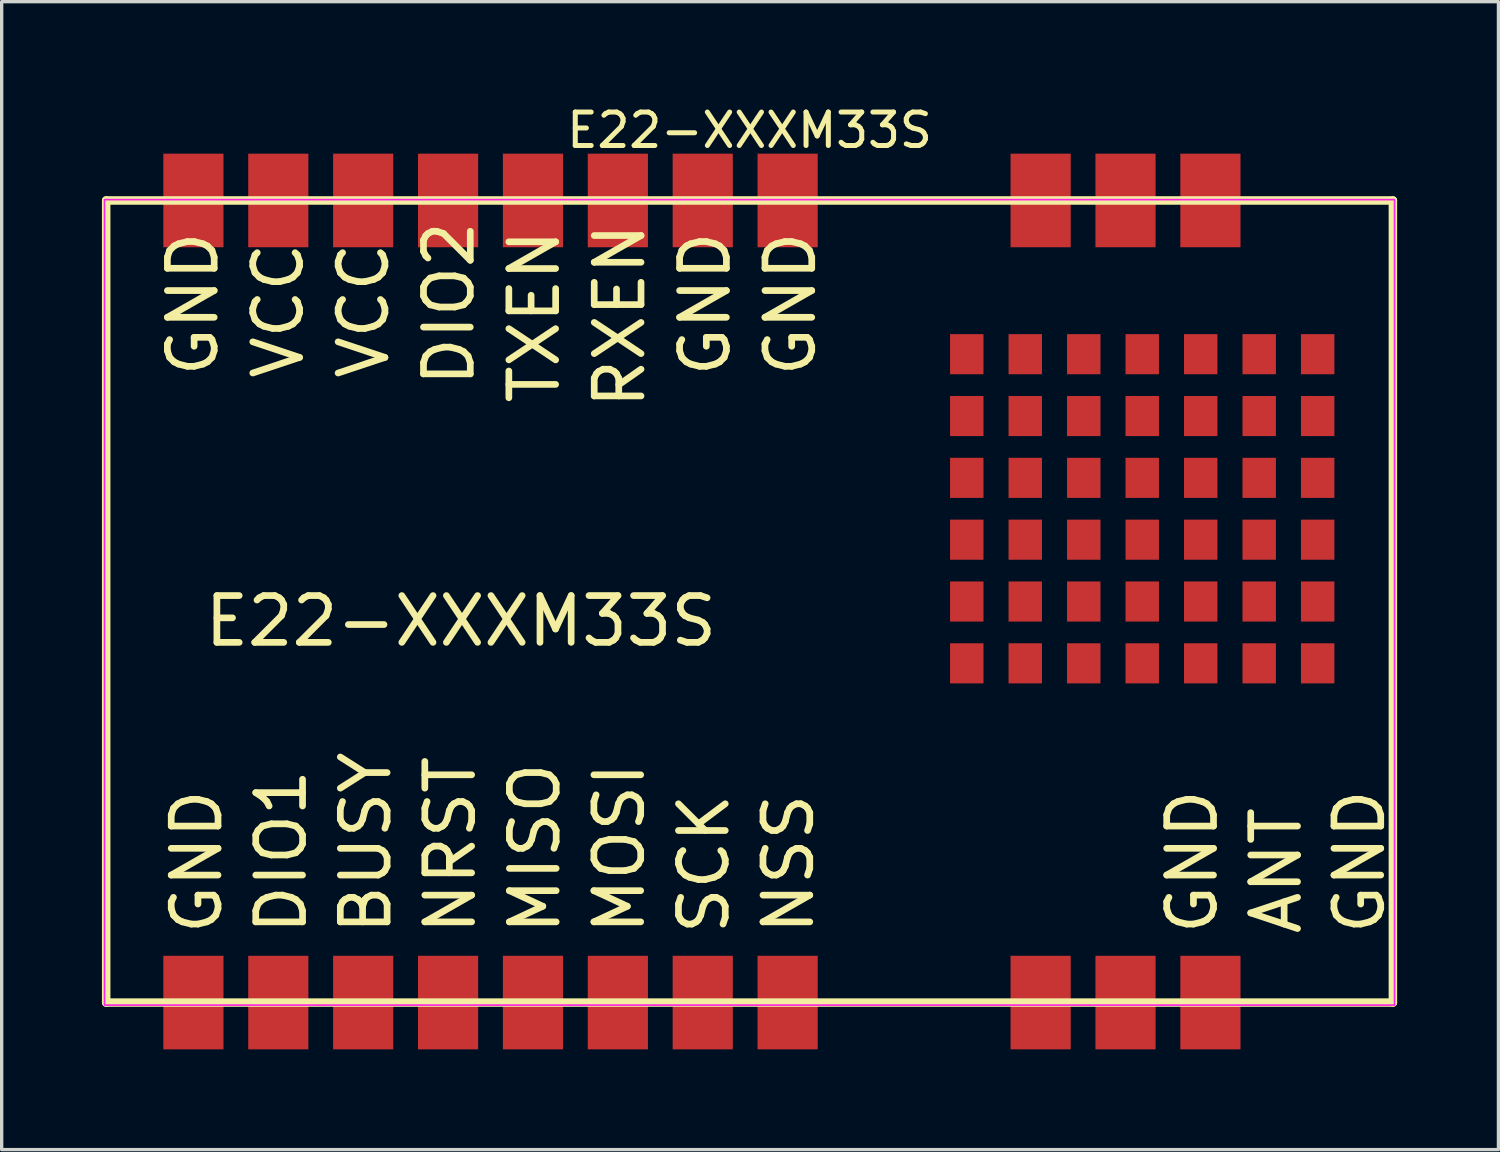
<source format=kicad_pcb>
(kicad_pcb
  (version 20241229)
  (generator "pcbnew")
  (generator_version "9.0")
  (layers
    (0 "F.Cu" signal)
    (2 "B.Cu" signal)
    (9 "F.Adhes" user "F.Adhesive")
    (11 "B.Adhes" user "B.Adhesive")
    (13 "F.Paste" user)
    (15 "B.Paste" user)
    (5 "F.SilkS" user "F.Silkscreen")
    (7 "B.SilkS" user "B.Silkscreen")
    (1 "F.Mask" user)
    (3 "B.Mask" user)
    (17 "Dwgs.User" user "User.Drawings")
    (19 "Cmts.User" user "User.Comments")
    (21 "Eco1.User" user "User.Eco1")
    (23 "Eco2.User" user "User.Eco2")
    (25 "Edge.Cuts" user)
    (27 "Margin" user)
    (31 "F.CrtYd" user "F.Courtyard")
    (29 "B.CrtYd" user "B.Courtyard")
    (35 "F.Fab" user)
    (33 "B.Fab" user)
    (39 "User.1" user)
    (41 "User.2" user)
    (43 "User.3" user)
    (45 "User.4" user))
  (footprint "E22-XXXM33S"
    (layer "F.Cu")
    (at 18.977 15.673)
    (property "Reference" "E22-XXXM33S" (at 0.4 -14.825 180) (layer "F.SilkS") (effects (font (size 1 1) (thickness 0.15))))
    (fp_poly (pts (xy 7.4 -7.525) (xy 6.4 -7.525) (xy 6.4 -8.725) (xy 7.4 -8.725)) (stroke (width 0) (type default)) (fill yes) (layer "F.Mask"))
    (fp_line (start -18.85 -12.725) (end 19.65 -12.725) (stroke (width 0.254) (type solid)) (layer "F.SilkS"))
    (fp_line (start -18.85 11.275) (end -18.85 -12.725) (stroke (width 0.254) (type solid)) (layer "F.SilkS"))
    (fp_line (start -18.85 11.275) (end 19.65 11.275) (stroke (width 0.254) (type solid)) (layer "F.SilkS"))
    (fp_line (start 19.65 11.275) (end 19.65 -12.725) (stroke (width 0.254) (type solid)) (layer "F.SilkS"))
    (fp_rect (start -18.9 -12.75) (end 19.7 11.35) (stroke (width 0.05) (type default)) (fill no) (layer "F.CrtYd"))
    (fp_text user "SCK" (at -0.145 9.325 90) (unlocked yes) (layer "F.SilkS") (effects (font (size 1.4 1.4) (thickness 0.2)) (justify left bottom)))
    (fp_text user "GND" (at 14.464 9.325 90) (unlocked yes) (layer "F.SilkS") (effects (font (size 1.4 1.4) (thickness 0.2)) (justify left bottom)))
    (fp_text user "TXEN" (at -5.22 -6.557 90) (unlocked yes) (layer "F.SilkS") (effects (font (size 1.4 1.4) (thickness 0.2)) (justify left bottom)))
    (fp_text user "GND" (at -0.111 -7.364 90) (unlocked yes) (layer "F.SilkS") (effects (font (size 1.4 1.4) (thickness 0.2)) (justify left bottom)))
    (fp_text user "MISO" (at -5.204 9.325 90) (unlocked yes) (layer "F.SilkS") (effects (font (size 1.4 1.4) (thickness 0.2)) (justify left bottom)))
    (fp_text user "GND" (at 2.443 -7.364 90) (unlocked yes) (layer "F.SilkS") (effects (font (size 1.4 1.4) (thickness 0.2)) (justify left bottom)))
    (fp_text user "BUSY" (at -10.263 9.325 90) (unlocked yes) (layer "F.SilkS") (effects (font (size 1.4 1.4) (thickness 0.2)) (justify left bottom)))
    (fp_text user "VCC" (at -12.882 -7.297 90) (unlocked yes) (layer "F.SilkS") (effects (font (size 1.4 1.4) (thickness 0.2)) (justify left bottom)))
    (fp_text user "GND" (at 19.468 9.325 90) (unlocked yes) (layer "F.SilkS") (effects (font (size 1.4 1.4) (thickness 0.2)) (justify left bottom)))
    (fp_text user "GND" (at -15.437 -7.364 90) (unlocked yes) (layer "F.SilkS") (effects (font (size 1.4 1.4) (thickness 0.2)) (justify left bottom)))
    (fp_text user "VCC" (at -10.328 -7.297 90) (unlocked yes) (layer "F.SilkS") (effects (font (size 1.4 1.4) (thickness 0.2)) (justify left bottom)))
    (fp_text user "NRST" (at -7.734 9.325 90) (unlocked yes) (layer "F.SilkS") (effects (font (size 1.4 1.4) (thickness 0.2)) (justify left bottom)))
    (fp_text user "ANT" (at 16.978 9.325 90) (unlocked yes) (layer "F.SilkS") (effects (font (size 1.4 1.4) (thickness 0.2)) (justify left bottom)))
    (fp_text user "E22-XXXM33S" (at -16.002 0.679 0) (unlocked yes) (layer "F.SilkS") (effects (font (size 1.4 1.4) (thickness 0.2)) (justify left bottom)))
    (fp_text user "DIO2" (at -7.774 -7.071 90) (unlocked yes) (layer "F.SilkS") (effects (font (size 1.4 1.4) (thickness 0.2)) (justify left bottom)))
    (fp_text user "DIO1" (at -12.793 9.325 90) (unlocked yes) (layer "F.SilkS") (effects (font (size 1.4 1.4) (thickness 0.2)) (justify left bottom)))
    (fp_text user "GND" (at -15.322 9.325 90) (unlocked yes) (layer "F.SilkS") (effects (font (size 1.4 1.4) (thickness 0.2)) (justify left bottom)))
    (fp_text user "RXEN" (at -2.665 -6.411 90) (unlocked yes) (layer "F.SilkS") (effects (font (size 1.4 1.4) (thickness 0.2)) (justify left bottom)))
    (fp_text user "MOSI" (at -2.675 9.325 90) (unlocked yes) (layer "F.SilkS") (effects (font (size 1.4 1.4) (thickness 0.2)) (justify left bottom)))
    (fp_text user "NSS" (at 2.384 9.325 90) (unlocked yes) (layer "F.SilkS") (effects (font (size 1.4 1.4) (thickness 0.2)) (justify left bottom)))
    (pad "1" smd rect (at 14.19 -12.725 270) (size 2.8 1.8) (layers "F.Cu" "F.Mask" "F.Paste"))
    (pad "2" smd rect (at 11.65 -12.725 270) (size 2.8 1.8) (layers "F.Cu" "F.Mask" "F.Paste"))
    (pad "3" smd rect (at 9.11 -12.725 270) (size 2.8 1.8) (layers "F.Cu" "F.Mask" "F.Paste"))
    (pad "4" smd rect (at 1.54 -12.725 270) (size 2.8 1.8) (layers "F.Cu" "F.Mask" "F.Paste"))
    (pad "5" smd rect (at -1 -12.725 270) (size 2.8 1.8) (layers "F.Cu" "F.Mask" "F.Paste"))
    (pad "6" smd rect (at -3.54 -12.725 270) (size 2.8 1.8) (layers "F.Cu" "F.Mask" "F.Paste"))
    (pad "7" smd rect (at -6.08 -12.725 270) (size 2.8 1.8) (layers "F.Cu" "F.Mask" "F.Paste"))
    (pad "8" smd rect (at -8.62 -12.725 270) (size 2.8 1.8) (layers "F.Cu" "F.Mask" "F.Paste"))
    (pad "9" smd rect (at -11.16 -12.725 270) (size 2.8 1.8) (layers "F.Cu" "F.Mask" "F.Paste"))
    (pad "10" smd rect (at -13.7 -12.725 270) (size 2.8 1.8) (layers "F.Cu" "F.Mask" "F.Paste"))
    (pad "11" smd rect (at -16.24 -12.725 270) (size 2.8 1.8) (layers "F.Cu" "F.Mask" "F.Paste"))
    (pad "12" smd rect (at -16.24 11.275 270) (size 2.8 1.8) (layers "F.Cu" "F.Mask" "F.Paste"))
    (pad "13" smd rect (at -13.7 11.275 270) (size 2.8 1.8) (layers "F.Cu" "F.Mask" "F.Paste"))
    (pad "14" smd rect (at -11.16 11.275 270) (size 2.8 1.8) (layers "F.Cu" "F.Mask" "F.Paste"))
    (pad "15" smd rect (at -8.62 11.275 270) (size 2.8 1.8) (layers "F.Cu" "F.Mask" "F.Paste"))
    (pad "16" smd rect (at -6.08 11.275 270) (size 2.8 1.8) (layers "F.Cu" "F.Mask" "F.Paste"))
    (pad "17" smd rect (at -3.54 11.275 270) (size 2.8 1.8) (layers "F.Cu" "F.Mask" "F.Paste"))
    (pad "18" smd rect (at -1 11.275 270) (size 2.8 1.8) (layers "F.Cu" "F.Mask" "F.Paste"))
    (pad "19" smd rect (at 1.54 11.275 270) (size 2.8 1.8) (layers "F.Cu" "F.Mask" "F.Paste"))
    (pad "20" smd rect (at 9.11 11.275 270) (size 2.8 1.8) (layers "F.Cu" "F.Mask" "F.Paste"))
    (pad "21" smd rect (at 11.65 11.275 270) (size 2.8 1.8) (layers "F.Cu" "F.Mask" "F.Paste"))
    (pad "22" smd circle (at 6.9 -8.125) (size 0.025 0.025) (layers "F.Cu" "F.Mask" "F.Paste"))
    (pad "22" smd circle (at 6.9 -6.275) (size 0.025 0.025) (layers "F.Cu" "F.Mask" "F.Paste"))
    (pad "22" smd circle (at 6.9 -4.425) (size 0.025 0.025) (layers "F.Cu" "F.Mask" "F.Paste"))
    (pad "22" smd circle (at 6.9 -2.575) (size 0.025 0.025) (layers "F.Cu" "F.Mask" "F.Paste"))
    (pad "22" smd circle (at 6.9 -0.725) (size 0.025 0.025) (layers "F.Cu" "F.Mask" "F.Paste"))
    (pad "22" smd circle (at 6.9 1.125) (size 0.025 0.025) (layers "F.Cu" "F.Mask" "F.Paste"))
    (pad "22" smd custom (at 7.4 -7.525) (size 0.000001 0.000001) (layers "F.Cu" "F.Mask" "F.Paste") (options (anchor circle)) (primitives (gr_poly (pts (xy 0 0) (xy -1 0) (xy -1 -1.2) (xy 0 -1.2)) (width 0) (fill yes))))
    (pad "22" smd custom (at 7.4 -5.675) (size 0.000001 0.000001) (layers "F.Cu" "F.Mask" "F.Paste") (options (anchor circle)) (primitives (gr_poly (pts (xy 0 0) (xy -1 0) (xy -1 -1.2) (xy 0 -1.2)) (width 0) (fill yes))))
    (pad "22" smd custom (at 7.4 -3.825) (size 0.000001 0.000001) (layers "F.Cu" "F.Mask" "F.Paste") (options (anchor circle)) (primitives (gr_poly (pts (xy 0 0) (xy -1 0) (xy -1 -1.2) (xy 0 -1.2)) (width 0) (fill yes))))
    (pad "22" smd custom (at 7.4 -1.975) (size 0.000001 0.000001) (layers "F.Cu" "F.Mask" "F.Paste") (options (anchor circle)) (primitives (gr_poly (pts (xy 0 0) (xy -1 0) (xy -1 -1.2) (xy 0 -1.2)) (width 0) (fill yes))))
    (pad "22" smd custom (at 7.4 -0.125) (size 0.000001 0.000001) (layers "F.Cu" "F.Mask" "F.Paste") (options (anchor circle)) (primitives (gr_poly (pts (xy 0 0) (xy -1 0) (xy -1 -1.2) (xy 0 -1.2)) (width 0) (fill yes))))
    (pad "22" smd custom (at 7.4 1.725) (size 0.000001 0.000001) (layers "F.Cu" "F.Mask" "F.Paste") (options (anchor circle)) (primitives (gr_poly (pts (xy 0 0) (xy -1 0) (xy -1 -1.2) (xy 0 -1.2)) (width 0) (fill yes))))
    (pad "22" smd circle (at 8.65 -8.125) (size 0.025 0.025) (layers "F.Cu" "F.Mask" "F.Paste"))
    (pad "22" smd circle (at 8.65 -6.275) (size 0.025 0.025) (layers "F.Cu" "F.Mask" "F.Paste"))
    (pad "22" smd circle (at 8.65 -4.425) (size 0.025 0.025) (layers "F.Cu" "F.Mask" "F.Paste"))
    (pad "22" smd circle (at 8.65 -2.575) (size 0.025 0.025) (layers "F.Cu" "F.Mask" "F.Paste"))
    (pad "22" smd circle (at 8.65 -0.725) (size 0.025 0.025) (layers "F.Cu" "F.Mask" "F.Paste"))
    (pad "22" smd circle (at 8.65 1.125) (size 0.025 0.025) (layers "F.Cu" "F.Mask" "F.Paste"))
    (pad "22" smd custom (at 9.15 -7.525) (size 0.000001 0.000001) (layers "F.Cu" "F.Mask" "F.Paste") (options (anchor circle)) (primitives (gr_poly (pts (xy 0 0) (xy -1 0) (xy -1 -1.2) (xy 0 -1.2)) (width 0) (fill yes))))
    (pad "22" smd custom (at 9.15 -5.675) (size 0.000001 0.000001) (layers "F.Cu" "F.Mask" "F.Paste") (options (anchor circle)) (primitives (gr_poly (pts (xy 0 0) (xy -1 0) (xy -1 -1.2) (xy 0 -1.2)) (width 0) (fill yes))))
    (pad "22" smd custom (at 9.15 -3.825) (size 0.000001 0.000001) (layers "F.Cu" "F.Mask" "F.Paste") (options (anchor circle)) (primitives (gr_poly (pts (xy 0 0) (xy -1 0) (xy -1 -1.2) (xy 0 -1.2)) (width 0) (fill yes))))
    (pad "22" smd custom (at 9.15 -1.975) (size 0.000001 0.000001) (layers "F.Cu" "F.Mask" "F.Paste") (options (anchor circle)) (primitives (gr_poly (pts (xy 0 0) (xy -1 0) (xy -1 -1.2) (xy 0 -1.2)) (width 0) (fill yes))))
    (pad "22" smd custom (at 9.15 -0.125) (size 0.000001 0.000001) (layers "F.Cu" "F.Mask" "F.Paste") (options (anchor circle)) (primitives (gr_poly (pts (xy 0 0) (xy -1 0) (xy -1 -1.2) (xy 0 -1.2)) (width 0) (fill yes))))
    (pad "22" smd custom (at 9.15 1.725) (size 0.000001 0.000001) (layers "F.Cu" "F.Mask" "F.Paste") (options (anchor circle)) (primitives (gr_poly (pts (xy 0 0) (xy -1 0) (xy -1 -1.2) (xy 0 -1.2)) (width 0) (fill yes))))
    (pad "22" smd circle (at 10.4 -8.125) (size 0.025 0.025) (layers "F.Cu" "F.Mask" "F.Paste"))
    (pad "22" smd circle (at 10.4 -6.275) (size 0.025 0.025) (layers "F.Cu" "F.Mask" "F.Paste"))
    (pad "22" smd circle (at 10.4 -4.425) (size 0.025 0.025) (layers "F.Cu" "F.Mask" "F.Paste"))
    (pad "22" smd circle (at 10.4 -2.575) (size 0.025 0.025) (layers "F.Cu" "F.Mask" "F.Paste"))
    (pad "22" smd circle (at 10.4 -0.725) (size 0.025 0.025) (layers "F.Cu" "F.Mask" "F.Paste"))
    (pad "22" smd circle (at 10.4 1.125) (size 0.025 0.025) (layers "F.Cu" "F.Mask" "F.Paste"))
    (pad "22" smd custom (at 10.9 -7.525) (size 0.000001 0.000001) (layers "F.Cu" "F.Mask" "F.Paste") (options (anchor circle)) (primitives (gr_poly (pts (xy 0 0) (xy -1 0) (xy -1 -1.2) (xy 0 -1.2)) (width 0) (fill yes))))
    (pad "22" smd custom (at 10.9 -5.675) (size 0.000001 0.000001) (layers "F.Cu" "F.Mask" "F.Paste") (options (anchor circle)) (primitives (gr_poly (pts (xy 0 0) (xy -1 0) (xy -1 -1.2) (xy 0 -1.2)) (width 0) (fill yes))))
    (pad "22" smd custom (at 10.9 -3.825) (size 0.000001 0.000001) (layers "F.Cu" "F.Mask" "F.Paste") (options (anchor circle)) (primitives (gr_poly (pts (xy 0 0) (xy -1 0) (xy -1 -1.2) (xy 0 -1.2)) (width 0) (fill yes))))
    (pad "22" smd custom (at 10.9 -1.975) (size 0.000001 0.000001) (layers "F.Cu" "F.Mask" "F.Paste") (options (anchor circle)) (primitives (gr_poly (pts (xy 0 0) (xy -1 0) (xy -1 -1.2) (xy 0 -1.2)) (width 0) (fill yes))))
    (pad "22" smd custom (at 10.9 -0.125) (size 0.000001 0.000001) (layers "F.Cu" "F.Mask" "F.Paste") (options (anchor circle)) (primitives (gr_poly (pts (xy 0 0) (xy -1 0) (xy -1 -1.2) (xy 0 -1.2)) (width 0) (fill yes))))
    (pad "22" smd custom (at 10.9 1.725) (size 0.000001 0.000001) (layers "F.Cu" "F.Mask" "F.Paste") (options (anchor circle)) (primitives (gr_poly (pts (xy 0 0) (xy -1 0) (xy -1 -1.2) (xy 0 -1.2)) (width 0) (fill yes))))
    (pad "22" smd circle (at 12.15 -8.125) (size 0.025 0.025) (layers "F.Cu" "F.Mask" "F.Paste"))
    (pad "22" smd circle (at 12.15 -6.275) (size 0.025 0.025) (layers "F.Cu" "F.Mask" "F.Paste"))
    (pad "22" smd circle (at 12.15 -4.425) (size 0.025 0.025) (layers "F.Cu" "F.Mask" "F.Paste"))
    (pad "22" smd circle (at 12.15 -2.575) (size 0.025 0.025) (layers "F.Cu" "F.Mask" "F.Paste"))
    (pad "22" smd circle (at 12.15 -0.725) (size 0.025 0.025) (layers "F.Cu" "F.Mask" "F.Paste"))
    (pad "22" smd circle (at 12.15 1.125) (size 0.025 0.025) (layers "F.Cu" "F.Mask" "F.Paste"))
    (pad "22" smd custom (at 12.65 -7.525) (size 0.000001 0.000001) (layers "F.Cu" "F.Mask" "F.Paste") (options (anchor circle)) (primitives (gr_poly (pts (xy 0 0) (xy -1 0) (xy -1 -1.2) (xy 0 -1.2)) (width 0) (fill yes))))
    (pad "22" smd custom (at 12.65 -5.675) (size 0.000001 0.000001) (layers "F.Cu" "F.Mask" "F.Paste") (options (anchor circle)) (primitives (gr_poly (pts (xy 0 0) (xy -1 0) (xy -1 -1.2) (xy 0 -1.2)) (width 0) (fill yes))))
    (pad "22" smd custom (at 12.65 -3.825) (size 0.000001 0.000001) (layers "F.Cu" "F.Mask" "F.Paste") (options (anchor circle)) (primitives (gr_poly (pts (xy 0 0) (xy -1 0) (xy -1 -1.2) (xy 0 -1.2)) (width 0) (fill yes))))
    (pad "22" smd custom (at 12.65 -1.975) (size 0.000001 0.000001) (layers "F.Cu" "F.Mask" "F.Paste") (options (anchor circle)) (primitives (gr_poly (pts (xy 0 0) (xy -1 0) (xy -1 -1.2) (xy 0 -1.2)) (width 0) (fill yes))))
    (pad "22" smd custom (at 12.65 -0.125) (size 0.000001 0.000001) (layers "F.Cu" "F.Mask" "F.Paste") (options (anchor circle)) (primitives (gr_poly (pts (xy 0 0) (xy -1 0) (xy -1 -1.2) (xy 0 -1.2)) (width 0) (fill yes))))
    (pad "22" smd custom (at 12.65 1.725) (size 0.000001 0.000001) (layers "F.Cu" "F.Mask" "F.Paste") (options (anchor circle)) (primitives (gr_poly (pts (xy 0 0) (xy -1 0) (xy -1 -1.2) (xy 0 -1.2)) (width 0) (fill yes))))
    (pad "22" smd circle (at 13.9 -8.125) (size 0.025 0.025) (layers "F.Cu" "F.Mask" "F.Paste"))
    (pad "22" smd circle (at 13.9 -6.275) (size 0.025 0.025) (layers "F.Cu" "F.Mask" "F.Paste"))
    (pad "22" smd circle (at 13.9 -4.425) (size 0.025 0.025) (layers "F.Cu" "F.Mask" "F.Paste"))
    (pad "22" smd circle (at 13.9 -2.575) (size 0.025 0.025) (layers "F.Cu" "F.Mask" "F.Paste"))
    (pad "22" smd circle (at 13.9 -0.725) (size 0.025 0.025) (layers "F.Cu" "F.Mask" "F.Paste"))
    (pad "22" smd circle (at 13.9 1.125) (size 0.025 0.025) (layers "F.Cu" "F.Mask" "F.Paste"))
    (pad "22" smd rect (at 14.19 11.275 270) (size 2.8 1.8) (layers "F.Cu" "F.Mask" "F.Paste"))
    (pad "22" smd custom (at 14.4 -7.525) (size 0.000001 0.000001) (layers "F.Cu" "F.Mask" "F.Paste") (options (anchor circle)) (primitives (gr_poly (pts (xy 0 0) (xy -1 0) (xy -1 -1.2) (xy 0 -1.2)) (width 0) (fill yes))))
    (pad "22" smd custom (at 14.4 -5.675) (size 0.000001 0.000001) (layers "F.Cu" "F.Mask" "F.Paste") (options (anchor circle)) (primitives (gr_poly (pts (xy 0 0) (xy -1 0) (xy -1 -1.2) (xy 0 -1.2)) (width 0) (fill yes))))
    (pad "22" smd custom (at 14.4 -3.825) (size 0.000001 0.000001) (layers "F.Cu" "F.Mask" "F.Paste") (options (anchor circle)) (primitives (gr_poly (pts (xy 0 0) (xy -1 0) (xy -1 -1.2) (xy 0 -1.2)) (width 0) (fill yes))))
    (pad "22" smd custom (at 14.4 -1.975) (size 0.000001 0.000001) (layers "F.Cu" "F.Mask" "F.Paste") (options (anchor circle)) (primitives (gr_poly (pts (xy 0 0) (xy -1 0) (xy -1 -1.2) (xy 0 -1.2)) (width 0) (fill yes))))
    (pad "22" smd custom (at 14.4 -0.125) (size 0.000001 0.000001) (layers "F.Cu" "F.Mask" "F.Paste") (options (anchor circle)) (primitives (gr_poly (pts (xy 0 0) (xy -1 0) (xy -1 -1.2) (xy 0 -1.2)) (width 0) (fill yes))))
    (pad "22" smd custom (at 14.4 1.725) (size 0.000001 0.000001) (layers "F.Cu" "F.Mask" "F.Paste") (options (anchor circle)) (primitives (gr_poly (pts (xy 0 0) (xy -1 0) (xy -1 -1.2) (xy 0 -1.2)) (width 0) (fill yes))))
    (pad "22" smd circle (at 15.65 -8.125) (size 0.025 0.025) (layers "F.Cu" "F.Mask" "F.Paste"))
    (pad "22" smd circle (at 15.65 -6.275) (size 0.025 0.025) (layers "F.Cu" "F.Mask" "F.Paste"))
    (pad "22" smd circle (at 15.65 -4.425) (size 0.025 0.025) (layers "F.Cu" "F.Mask" "F.Paste"))
    (pad "22" smd circle (at 15.65 -2.575) (size 0.025 0.025) (layers "F.Cu" "F.Mask" "F.Paste"))
    (pad "22" smd circle (at 15.65 -0.725) (size 0.025 0.025) (layers "F.Cu" "F.Mask" "F.Paste"))
    (pad "22" smd circle (at 15.65 1.125) (size 0.025 0.025) (layers "F.Cu" "F.Mask" "F.Paste"))
    (pad "22" smd custom (at 16.15 -7.525) (size 0.000001 0.000001) (layers "F.Cu" "F.Mask" "F.Paste") (options (anchor circle)) (primitives (gr_poly (pts (xy 0 0) (xy -1 0) (xy -1 -1.2) (xy 0 -1.2)) (width 0) (fill yes))))
    (pad "22" smd custom (at 16.15 -5.675) (size 0.000001 0.000001) (layers "F.Cu" "F.Mask" "F.Paste") (options (anchor circle)) (primitives (gr_poly (pts (xy 0 0) (xy -1 0) (xy -1 -1.2) (xy 0 -1.2)) (width 0) (fill yes))))
    (pad "22" smd custom (at 16.15 -3.825) (size 0.000001 0.000001) (layers "F.Cu" "F.Mask" "F.Paste") (options (anchor circle)) (primitives (gr_poly (pts (xy 0 0) (xy -1 0) (xy -1 -1.2) (xy 0 -1.2)) (width 0) (fill yes))))
    (pad "22" smd custom (at 16.15 -1.975) (size 0.000001 0.000001) (layers "F.Cu" "F.Mask" "F.Paste") (options (anchor circle)) (primitives (gr_poly (pts (xy 0 0) (xy -1 0) (xy -1 -1.2) (xy 0 -1.2)) (width 0) (fill yes))))
    (pad "22" smd custom (at 16.15 -0.125) (size 0.000001 0.000001) (layers "F.Cu" "F.Mask" "F.Paste") (options (anchor circle)) (primitives (gr_poly (pts (xy 0 0) (xy -1 0) (xy -1 -1.2) (xy 0 -1.2)) (width 0) (fill yes))))
    (pad "22" smd custom (at 16.15 1.725) (size 0.000001 0.000001) (layers "F.Cu" "F.Mask" "F.Paste") (options (anchor circle)) (primitives (gr_poly (pts (xy 0 0) (xy -1 0) (xy -1 -1.2) (xy 0 -1.2)) (width 0) (fill yes))))
    (pad "22" smd circle (at 17.4 -8.125) (size 0.025 0.025) (layers "F.Cu" "F.Mask" "F.Paste"))
    (pad "22" smd circle (at 17.4 -6.275) (size 0.025 0.025) (layers "F.Cu" "F.Mask" "F.Paste"))
    (pad "22" smd circle (at 17.4 -4.425) (size 0.025 0.025) (layers "F.Cu" "F.Mask" "F.Paste"))
    (pad "22" smd circle (at 17.4 -2.575) (size 0.025 0.025) (layers "F.Cu" "F.Mask" "F.Paste"))
    (pad "22" smd circle (at 17.4 -0.725) (size 0.025 0.025) (layers "F.Cu" "F.Mask" "F.Paste"))
    (pad "22" smd circle (at 17.4 1.125) (size 0.025 0.025) (layers "F.Cu" "F.Mask" "F.Paste"))
    (pad "22" smd custom (at 17.9 -7.525) (size 0.000001 0.000001) (layers "F.Cu" "F.Mask" "F.Paste") (options (anchor circle)) (primitives (gr_poly (pts (xy 0 0) (xy -1 0) (xy -1 -1.2) (xy 0 -1.2)) (width 0) (fill yes))))
    (pad "22" smd custom (at 17.9 -5.675) (size 0.000001 0.000001) (layers "F.Cu" "F.Mask" "F.Paste") (options (anchor circle)) (primitives (gr_poly (pts (xy 0 0) (xy -1 0) (xy -1 -1.2) (xy 0 -1.2)) (width 0) (fill yes))))
    (pad "22" smd custom (at 17.9 -3.825) (size 0.000001 0.000001) (layers "F.Cu" "F.Mask" "F.Paste") (options (anchor circle)) (primitives (gr_poly (pts (xy 0 0) (xy -1 0) (xy -1 -1.2) (xy 0 -1.2)) (width 0) (fill yes))))
    (pad "22" smd custom (at 17.9 -1.975) (size 0.000001 0.000001) (layers "F.Cu" "F.Mask" "F.Paste") (options (anchor circle)) (primitives (gr_poly (pts (xy 0 0) (xy -1 0) (xy -1 -1.2) (xy 0 -1.2)) (width 0) (fill yes))))
    (pad "22" smd custom (at 17.9 -0.125) (size 0.000001 0.000001) (layers "F.Cu" "F.Mask" "F.Paste") (options (anchor circle)) (primitives (gr_poly (pts (xy 0 0) (xy -1 0) (xy -1 -1.2) (xy 0 -1.2)) (width 0) (fill yes))))
    (pad "22" smd custom (at 17.9 1.725) (size 0.000001 0.000001) (layers "F.Cu" "F.Mask" "F.Paste") (options (anchor circle)) (primitives (gr_poly (pts (xy 0 0) (xy -1 0) (xy -1 -1.2) (xy 0 -1.2)) (width 0) (fill yes)))))
  (gr_rect
    (start -3 -3)
    (end 41.785 31.348)
    (stroke (width 0.1) (type default))
    (fill no)
    (layer "Edge.Cuts")))
</source>
